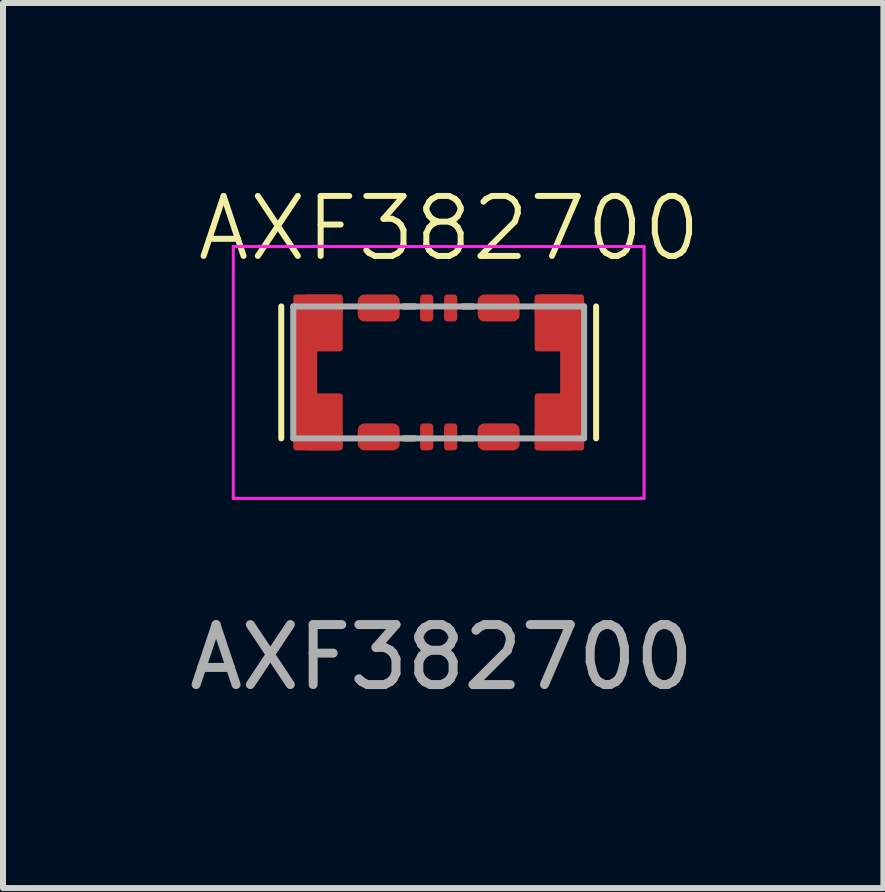
<source format=kicad_pcb>
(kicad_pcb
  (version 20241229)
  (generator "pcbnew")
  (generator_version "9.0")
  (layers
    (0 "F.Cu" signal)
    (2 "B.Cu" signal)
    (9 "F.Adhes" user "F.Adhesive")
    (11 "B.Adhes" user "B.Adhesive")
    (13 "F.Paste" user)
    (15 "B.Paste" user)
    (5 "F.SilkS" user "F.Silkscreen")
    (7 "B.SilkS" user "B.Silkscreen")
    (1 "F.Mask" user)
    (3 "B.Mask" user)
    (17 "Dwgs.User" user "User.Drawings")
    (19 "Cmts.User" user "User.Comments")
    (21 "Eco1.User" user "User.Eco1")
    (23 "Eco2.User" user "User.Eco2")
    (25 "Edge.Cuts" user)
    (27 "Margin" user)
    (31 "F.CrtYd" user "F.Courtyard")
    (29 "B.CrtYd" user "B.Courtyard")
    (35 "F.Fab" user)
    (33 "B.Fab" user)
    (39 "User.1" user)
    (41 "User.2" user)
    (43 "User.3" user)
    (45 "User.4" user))
  (footprint "AXF382700"
    (layer "F.Cu")
    (at 4.265 3.16)
    (property "Reference" "AXF382700" (at 0.175 -2.4 0) (unlocked yes) (layer "F.SilkS") (effects (font (size 1 1) (thickness 0.1))))
    (attr smd)
    (fp_poly (pts (xy -1.65 -1.25) (xy -2.375 -1.25) (xy -2.375 1.25) (xy -1.65 1.25) (xy -1.65 0.4) (xy -2.075 0.4) (xy -2.075 -0.4) (xy -1.65 -0.4)) (stroke (width 0.1) (type solid)) (fill yes) (layer "F.Cu"))
    (fp_poly (pts (xy 1.65 1.25) (xy 2.375 1.25) (xy 2.375 -1.25) (xy 1.65 -1.25) (xy 1.65 -0.4) (xy 2.075 -0.4) (xy 2.075 0.4) (xy 1.65 0.4)) (stroke (width 0.1) (type solid)) (fill yes) (layer "F.Cu"))
    (fp_poly (pts (xy -1.65 -1.25) (xy -2.375 -1.25) (xy -2.375 1.25) (xy -1.65 1.25) (xy -1.65 0.4) (xy -2.075 0.4) (xy -2.075 -0.4) (xy -1.65 -0.4)) (stroke (width 0.1) (type solid)) (fill yes) (layer "F.Mask"))
    (fp_poly (pts (xy 1.65 1.25) (xy 2.375 1.25) (xy 2.375 -1.25) (xy 1.65 -1.25) (xy 1.65 -0.4) (xy 2.075 -0.4) (xy 2.075 0.4) (xy 1.65 0.4)) (stroke (width 0.1) (type solid)) (fill yes) (layer "F.Mask"))
    (fp_line (start -2.625 -1.1) (end -2.625 1.1) (stroke (width 0.1) (type default)) (layer "F.SilkS"))
    (fp_line (start -0.575 -1.1) (end -0.4 -1.1) (stroke (width 0.1) (type default)) (layer "F.SilkS"))
    (fp_line (start -0.575 1.1) (end -0.4 1.1) (stroke (width 0.1) (type default)) (layer "F.SilkS"))
    (fp_line (start 0.575 -1.1) (end 0.4 -1.1) (stroke (width 0.1) (type default)) (layer "F.SilkS"))
    (fp_line (start 0.575 1.1) (end 0.4 1.1) (stroke (width 0.1) (type default)) (layer "F.SilkS"))
    (fp_line (start 2.625 -1.1) (end 2.625 1.1) (stroke (width 0.1) (type default)) (layer "F.SilkS"))
    (fp_line (start -3.425 -2.1) (end 3.425 -2.1) (stroke (width 0.05) (type default)) (layer "F.CrtYd"))
    (fp_line (start -3.425 2.1) (end -3.425 -2.1) (stroke (width 0.05) (type default)) (layer "F.CrtYd"))
    (fp_line (start 3.425 -2.1) (end 3.425 2.1) (stroke (width 0.05) (type default)) (layer "F.CrtYd"))
    (fp_line (start 3.425 2.1) (end -3.425 2.1) (stroke (width 0.05) (type default)) (layer "F.CrtYd"))
    (fp_line (start -2.425 -1.1) (end -2.425 1.1) (stroke (width 0.1) (type default)) (layer "F.Fab"))
    (fp_line (start -2.425 -1.1) (end 2.425 -1.1) (stroke (width 0.1) (type default)) (layer "F.Fab"))
    (fp_line (start 2.425 -1.1) (end 2.425 1.1) (stroke (width 0.1) (type default)) (layer "F.Fab"))
    (fp_line (start 2.425 1.1) (end -2.425 1.1) (stroke (width 0.1) (type default)) (layer "F.Fab"))
    (fp_text user "${REFERENCE}" (at 0.05 4.75 0) (unlocked yes) (layer "F.Fab") (effects (font (size 1 1) (thickness 0.15))))
    (pad "MP1" smd roundrect (at -1.95 -1.075) (size 0.7 0.45) (layers "F.Cu" "F.Mask" "F.Paste") (roundrect_rratio 0.25))
    (pad "MP2" smd roundrect (at -1.95 1.075) (size 0.7 0.45) (layers "F.Cu" "F.Mask" "F.Paste") (roundrect_rratio 0.25))
    (pad "MP3" smd roundrect (at 1.95 -1.075) (size 0.7 0.45) (layers "F.Cu" "F.Mask" "F.Paste") (roundrect_rratio 0.25))
    (pad "MP4" smd roundrect (at 1.95 1.075) (size 0.7 0.45) (layers "F.Cu" "F.Mask" "F.Paste") (roundrect_rratio 0.25))
    (pad "P1" smd roundrect (at -1 -1.075) (size 0.7 0.45) (layers "F.Cu" "F.Mask" "F.Paste") (roundrect_rratio 0.25))
    (pad "P2" smd roundrect (at -1 1.075) (size 0.7 0.45) (layers "F.Cu" "F.Mask" "F.Paste") (roundrect_rratio 0.25))
    (pad "P3" smd roundrect (at 1 -1.075) (size 0.7 0.45) (layers "F.Cu" "F.Mask" "F.Paste") (roundrect_rratio 0.25))
    (pad "P4" smd roundrect (at 1 1.075) (size 0.7 0.45) (layers "F.Cu" "F.Mask" "F.Paste") (roundrect_rratio 0.25))
    (pad "S1" smd roundrect (at -0.2 -1.075) (size 0.22 0.45) (layers "F.Cu" "F.Mask" "F.Paste") (roundrect_rratio 0.25))
    (pad "S2" smd roundrect (at -0.2 1.075) (size 0.22 0.45) (layers "F.Cu" "F.Mask" "F.Paste") (roundrect_rratio 0.25))
    (pad "S3" smd roundrect (at 0.2 -1.075) (size 0.22 0.45) (layers "F.Cu" "F.Mask" "F.Paste") (roundrect_rratio 0.25))
    (pad "S4" smd roundrect (at 0.2 1.075) (size 0.22 0.45) (layers "F.Cu" "F.Mask" "F.Paste") (roundrect_rratio 0.25)))
  (gr_rect
    (start -3 -3)
    (end 11.681 11.759)
    (stroke (width 0.1) (type default))
    (fill no)
    (layer "Edge.Cuts")))
</source>
